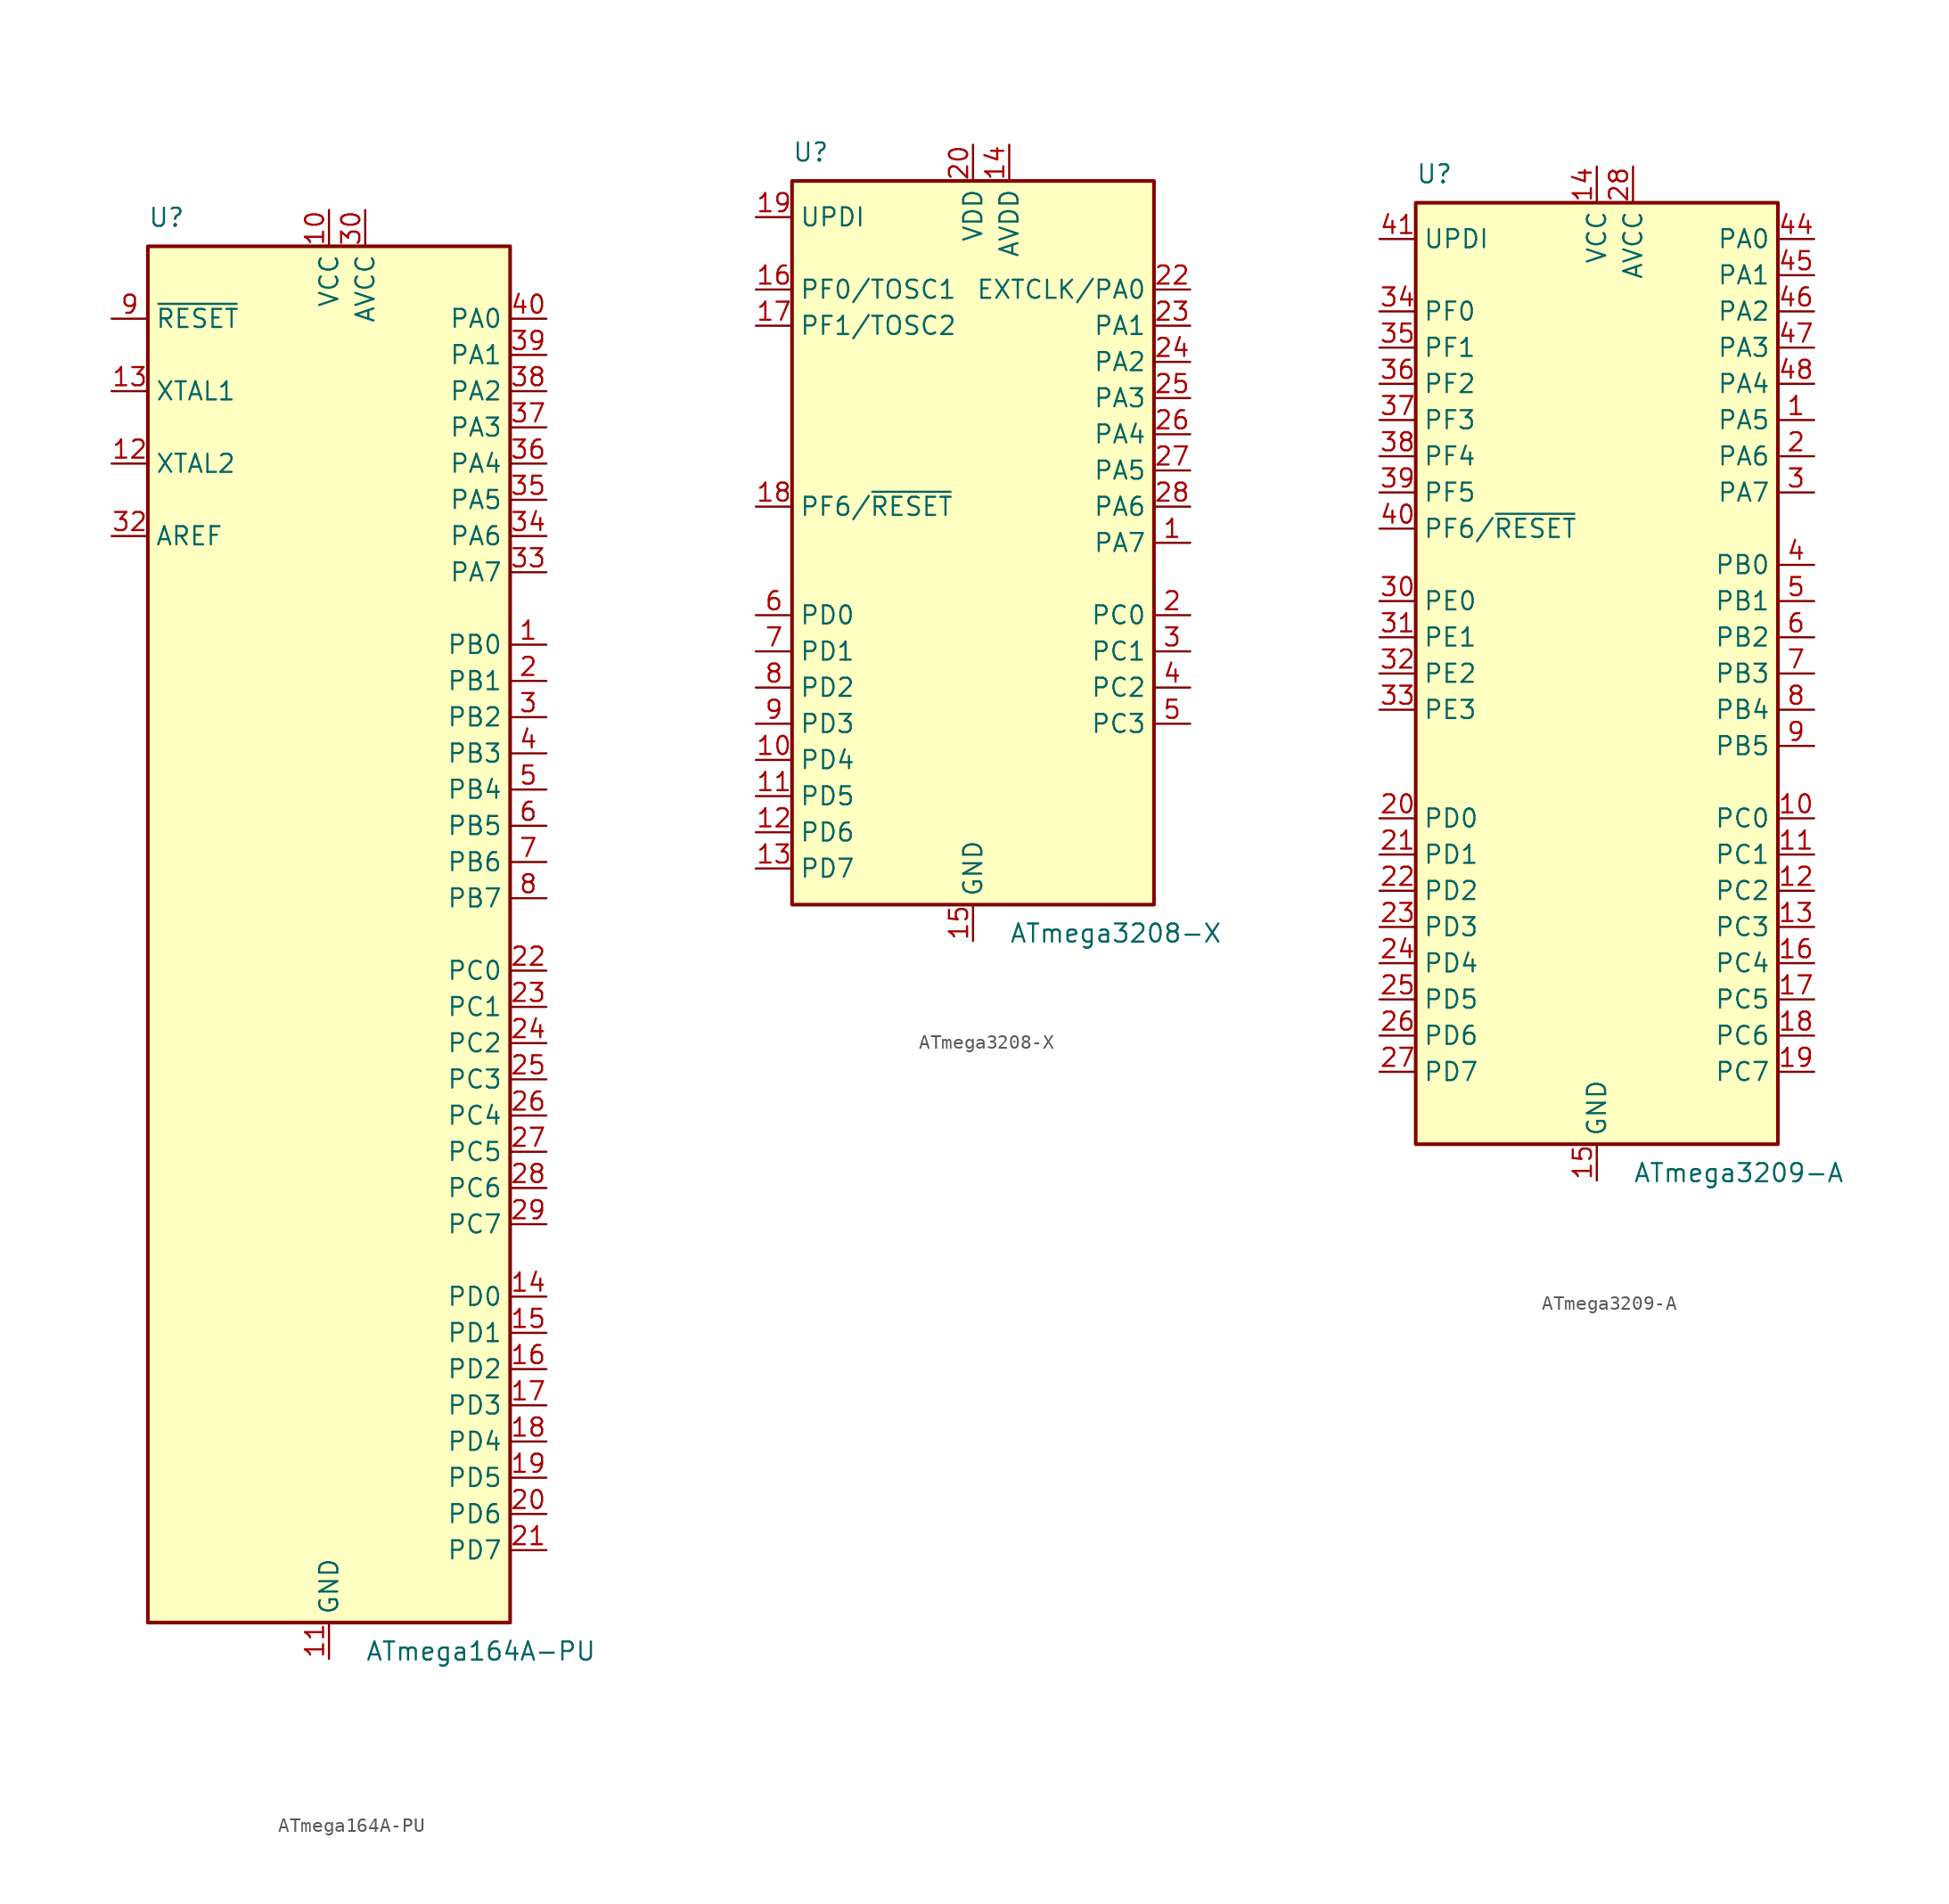
<source format=kicad_sym>
(kicad_symbol_lib
  (version 20201005)
  (generator kicad_symbol_editor)
  (symbol "ATmega164A-PU"
    (property "Reference" "U"
      (at -12.7 49.53 0)
      (effects (font (size 1.27 1.27)) (justify left bottom)))
    (property "Value" "ATmega164A-PU"
      (at 2.54 -49.53 0)
      (effects (font (size 1.27 1.27)) (justify left top)))
    (symbol "ATmega164A-PU_0_1"
      (rectangle (start -12.7 -48.26) (end 12.7 48.26) (stroke (width 0.254)) (fill (type background))))
    (symbol "ATmega164A-PU_1_1"
      (pin tri_state line (at 15.24 20.32 180) (length 2.54) (name "PB0" (effects (font (size 1.27 1.27)))) (number "1" (effects (font (size 1.27 1.27)))))
      (pin power_in line (at 0 50.8 270) (length 2.54) (name "VCC" (effects (font (size 1.27 1.27)))) (number "10" (effects (font (size 1.27 1.27)))))
      (pin power_in line (at 0 -50.8 90) (length 2.54) (name "GND" (effects (font (size 1.27 1.27)))) (number "11" (effects (font (size 1.27 1.27)))))
      (pin output line (at -15.24 33.02 0) (length 2.54) (name "XTAL2" (effects (font (size 1.27 1.27)))) (number "12" (effects (font (size 1.27 1.27)))))
      (pin input line (at -15.24 38.1 0) (length 2.54) (name "XTAL1" (effects (font (size 1.27 1.27)))) (number "13" (effects (font (size 1.27 1.27)))))
      (pin tri_state line (at 15.24 -25.4 180) (length 2.54) (name "PD0" (effects (font (size 1.27 1.27)))) (number "14" (effects (font (size 1.27 1.27)))))
      (pin tri_state line (at 15.24 -27.94 180) (length 2.54) (name "PD1" (effects (font (size 1.27 1.27)))) (number "15" (effects (font (size 1.27 1.27)))))
      (pin tri_state line (at 15.24 -30.48 180) (length 2.54) (name "PD2" (effects (font (size 1.27 1.27)))) (number "16" (effects (font (size 1.27 1.27)))))
      (pin tri_state line (at 15.24 -33.02 180) (length 2.54) (name "PD3" (effects (font (size 1.27 1.27)))) (number "17" (effects (font (size 1.27 1.27)))))
      (pin tri_state line (at 15.24 -35.56 180) (length 2.54) (name "PD4" (effects (font (size 1.27 1.27)))) (number "18" (effects (font (size 1.27 1.27)))))
      (pin tri_state line (at 15.24 -38.1 180) (length 2.54) (name "PD5" (effects (font (size 1.27 1.27)))) (number "19" (effects (font (size 1.27 1.27)))))
      (pin tri_state line (at 15.24 17.78 180) (length 2.54) (name "PB1" (effects (font (size 1.27 1.27)))) (number "2" (effects (font (size 1.27 1.27)))))
      (pin tri_state line (at 15.24 -40.64 180) (length 2.54) (name "PD6" (effects (font (size 1.27 1.27)))) (number "20" (effects (font (size 1.27 1.27)))))
      (pin tri_state line (at 15.24 -43.18 180) (length 2.54) (name "PD7" (effects (font (size 1.27 1.27)))) (number "21" (effects (font (size 1.27 1.27)))))
      (pin tri_state line (at 15.24 -2.54 180) (length 2.54) (name "PC0" (effects (font (size 1.27 1.27)))) (number "22" (effects (font (size 1.27 1.27)))))
      (pin tri_state line (at 15.24 -5.08 180) (length 2.54) (name "PC1" (effects (font (size 1.27 1.27)))) (number "23" (effects (font (size 1.27 1.27)))))
      (pin tri_state line (at 15.24 -7.62 180) (length 2.54) (name "PC2" (effects (font (size 1.27 1.27)))) (number "24" (effects (font (size 1.27 1.27)))))
      (pin tri_state line (at 15.24 -10.16 180) (length 2.54) (name "PC3" (effects (font (size 1.27 1.27)))) (number "25" (effects (font (size 1.27 1.27)))))
      (pin tri_state line (at 15.24 -12.7 180) (length 2.54) (name "PC4" (effects (font (size 1.27 1.27)))) (number "26" (effects (font (size 1.27 1.27)))))
      (pin tri_state line (at 15.24 -15.24 180) (length 2.54) (name "PC5" (effects (font (size 1.27 1.27)))) (number "27" (effects (font (size 1.27 1.27)))))
      (pin tri_state line (at 15.24 -17.78 180) (length 2.54) (name "PC6" (effects (font (size 1.27 1.27)))) (number "28" (effects (font (size 1.27 1.27)))))
      (pin tri_state line (at 15.24 -20.32 180) (length 2.54) (name "PC7" (effects (font (size 1.27 1.27)))) (number "29" (effects (font (size 1.27 1.27)))))
      (pin tri_state line (at 15.24 15.24 180) (length 2.54) (name "PB2" (effects (font (size 1.27 1.27)))) (number "3" (effects (font (size 1.27 1.27)))))
      (pin power_in line (at 2.54 50.8 270) (length 2.54) (name "AVCC" (effects (font (size 1.27 1.27)))) (number "30" (effects (font (size 1.27 1.27)))))
      (pin passive line (at 0 -50.8 90) (length 2.54) hide (name "GND" (effects (font (size 1.27 1.27)))) (number "31" (effects (font (size 1.27 1.27)))))
      (pin passive line (at -15.24 27.94 0) (length 2.54) (name "AREF" (effects (font (size 1.27 1.27)))) (number "32" (effects (font (size 1.27 1.27)))))
      (pin tri_state line (at 15.24 25.4 180) (length 2.54) (name "PA7" (effects (font (size 1.27 1.27)))) (number "33" (effects (font (size 1.27 1.27)))))
      (pin tri_state line (at 15.24 27.94 180) (length 2.54) (name "PA6" (effects (font (size 1.27 1.27)))) (number "34" (effects (font (size 1.27 1.27)))))
      (pin tri_state line (at 15.24 30.48 180) (length 2.54) (name "PA5" (effects (font (size 1.27 1.27)))) (number "35" (effects (font (size 1.27 1.27)))))
      (pin tri_state line (at 15.24 33.02 180) (length 2.54) (name "PA4" (effects (font (size 1.27 1.27)))) (number "36" (effects (font (size 1.27 1.27)))))
      (pin tri_state line (at 15.24 35.56 180) (length 2.54) (name "PA3" (effects (font (size 1.27 1.27)))) (number "37" (effects (font (size 1.27 1.27)))))
      (pin tri_state line (at 15.24 38.1 180) (length 2.54) (name "PA2" (effects (font (size 1.27 1.27)))) (number "38" (effects (font (size 1.27 1.27)))))
      (pin tri_state line (at 15.24 40.64 180) (length 2.54) (name "PA1" (effects (font (size 1.27 1.27)))) (number "39" (effects (font (size 1.27 1.27)))))
      (pin tri_state line (at 15.24 12.7 180) (length 2.54) (name "PB3" (effects (font (size 1.27 1.27)))) (number "4" (effects (font (size 1.27 1.27)))))
      (pin tri_state line (at 15.24 43.18 180) (length 2.54) (name "PA0" (effects (font (size 1.27 1.27)))) (number "40" (effects (font (size 1.27 1.27)))))
      (pin tri_state line (at 15.24 10.16 180) (length 2.54) (name "PB4" (effects (font (size 1.27 1.27)))) (number "5" (effects (font (size 1.27 1.27)))))
      (pin tri_state line (at 15.24 7.62 180) (length 2.54) (name "PB5" (effects (font (size 1.27 1.27)))) (number "6" (effects (font (size 1.27 1.27)))))
      (pin tri_state line (at 15.24 5.08 180) (length 2.54) (name "PB6" (effects (font (size 1.27 1.27)))) (number "7" (effects (font (size 1.27 1.27)))))
      (pin tri_state line (at 15.24 2.54 180) (length 2.54) (name "PB7" (effects (font (size 1.27 1.27)))) (number "8" (effects (font (size 1.27 1.27)))))
      (pin input line (at -15.24 43.18 0) (length 2.54) (name "~RESET" (effects (font (size 1.27 1.27)))) (number "9" (effects (font (size 1.27 1.27)))))))
  (symbol "ATmega3208-X"
    (property "Reference" "U"
      (at -12.7 26.67 0)
      (effects (font (size 1.27 1.27)) (justify left bottom)))
    (property "Value" "ATmega3208-X"
      (at 2.54 -26.67 0)
      (effects (font (size 1.27 1.27)) (justify left top)))
    (symbol "ATmega3208-X_0_1"
      (rectangle (start -12.7 -25.4) (end 12.7 25.4) (stroke (width 0.254)) (fill (type background))))
    (symbol "ATmega3208-X_1_1"
      (pin tri_state line (at 15.24 0 180) (length 2.54) (name "PA7" (effects (font (size 1.27 1.27)))) (number "1" (effects (font (size 1.27 1.27)))))
      (pin tri_state line (at -15.24 -15.24 0) (length 2.54) (name "PD4" (effects (font (size 1.27 1.27)))) (number "10" (effects (font (size 1.27 1.27)))))
      (pin tri_state line (at -15.24 -17.78 0) (length 2.54) (name "PD5" (effects (font (size 1.27 1.27)))) (number "11" (effects (font (size 1.27 1.27)))))
      (pin tri_state line (at -15.24 -20.32 0) (length 2.54) (name "PD6" (effects (font (size 1.27 1.27)))) (number "12" (effects (font (size 1.27 1.27)))))
      (pin tri_state line (at -15.24 -22.86 0) (length 2.54) (name "PD7" (effects (font (size 1.27 1.27)))) (number "13" (effects (font (size 1.27 1.27)))))
      (pin power_in line (at 2.54 27.94 270) (length 2.54) (name "AVDD" (effects (font (size 1.27 1.27)))) (number "14" (effects (font (size 1.27 1.27)))))
      (pin power_in line (at 0 -27.94 90) (length 2.54) (name "GND" (effects (font (size 1.27 1.27)))) (number "15" (effects (font (size 1.27 1.27)))))
      (pin tri_state line (at -15.24 17.78 0) (length 2.54) (name "PF0/TOSC1" (effects (font (size 1.27 1.27)))) (number "16" (effects (font (size 1.27 1.27)))))
      (pin tri_state line (at -15.24 15.24 0) (length 2.54) (name "PF1/TOSC2" (effects (font (size 1.27 1.27)))) (number "17" (effects (font (size 1.27 1.27)))))
      (pin tri_state line (at -15.24 2.54 0) (length 2.54) (name "PF6/~RESET" (effects (font (size 1.27 1.27)))) (number "18" (effects (font (size 1.27 1.27)))))
      (pin bidirectional line (at -15.24 22.86 0) (length 2.54) (name "UPDI" (effects (font (size 1.27 1.27)))) (number "19" (effects (font (size 1.27 1.27)))))
      (pin tri_state line (at 15.24 -5.08 180) (length 2.54) (name "PC0" (effects (font (size 1.27 1.27)))) (number "2" (effects (font (size 1.27 1.27)))))
      (pin power_in line (at 0 27.94 270) (length 2.54) (name "VDD" (effects (font (size 1.27 1.27)))) (number "20" (effects (font (size 1.27 1.27)))))
      (pin passive line (at 0 -27.94 90) (length 2.54) hide (name "GND" (effects (font (size 1.27 1.27)))) (number "21" (effects (font (size 1.27 1.27)))))
      (pin tri_state line (at 15.24 17.78 180) (length 2.54) (name "EXTCLK/PA0" (effects (font (size 1.27 1.27)))) (number "22" (effects (font (size 1.27 1.27)))))
      (pin tri_state line (at 15.24 15.24 180) (length 2.54) (name "PA1" (effects (font (size 1.27 1.27)))) (number "23" (effects (font (size 1.27 1.27)))))
      (pin tri_state line (at 15.24 12.7 180) (length 2.54) (name "PA2" (effects (font (size 1.27 1.27)))) (number "24" (effects (font (size 1.27 1.27)))))
      (pin tri_state line (at 15.24 10.16 180) (length 2.54) (name "PA3" (effects (font (size 1.27 1.27)))) (number "25" (effects (font (size 1.27 1.27)))))
      (pin tri_state line (at 15.24 7.62 180) (length 2.54) (name "PA4" (effects (font (size 1.27 1.27)))) (number "26" (effects (font (size 1.27 1.27)))))
      (pin tri_state line (at 15.24 5.08 180) (length 2.54) (name "PA5" (effects (font (size 1.27 1.27)))) (number "27" (effects (font (size 1.27 1.27)))))
      (pin tri_state line (at 15.24 2.54 180) (length 2.54) (name "PA6" (effects (font (size 1.27 1.27)))) (number "28" (effects (font (size 1.27 1.27)))))
      (pin tri_state line (at 15.24 -7.62 180) (length 2.54) (name "PC1" (effects (font (size 1.27 1.27)))) (number "3" (effects (font (size 1.27 1.27)))))
      (pin tri_state line (at 15.24 -10.16 180) (length 2.54) (name "PC2" (effects (font (size 1.27 1.27)))) (number "4" (effects (font (size 1.27 1.27)))))
      (pin tri_state line (at 15.24 -12.7 180) (length 2.54) (name "PC3" (effects (font (size 1.27 1.27)))) (number "5" (effects (font (size 1.27 1.27)))))
      (pin tri_state line (at -15.24 -5.08 0) (length 2.54) (name "PD0" (effects (font (size 1.27 1.27)))) (number "6" (effects (font (size 1.27 1.27)))))
      (pin tri_state line (at -15.24 -7.62 0) (length 2.54) (name "PD1" (effects (font (size 1.27 1.27)))) (number "7" (effects (font (size 1.27 1.27)))))
      (pin tri_state line (at -15.24 -10.16 0) (length 2.54) (name "PD2" (effects (font (size 1.27 1.27)))) (number "8" (effects (font (size 1.27 1.27)))))
      (pin tri_state line (at -15.24 -12.7 0) (length 2.54) (name "PD3" (effects (font (size 1.27 1.27)))) (number "9" (effects (font (size 1.27 1.27)))))))
  (symbol "ATmega3209-A"
    (property "Reference" "U"
      (at -12.7 34.29 0)
      (effects (font (size 1.27 1.27)) (justify left bottom)))
    (property "Value" "ATmega3209-A"
      (at 2.54 -34.29 0)
      (effects (font (size 1.27 1.27)) (justify left top)))
    (symbol "ATmega3209-A_0_1"
      (rectangle (start -12.7 -33.02) (end 12.7 33.02) (stroke (width 0.254)) (fill (type background))))
    (symbol "ATmega3209-A_1_1"
      (pin tri_state line (at 15.24 17.78 180) (length 2.54) (name "PA5" (effects (font (size 1.27 1.27)))) (number "1" (effects (font (size 1.27 1.27)))))
      (pin tri_state line (at 15.24 -10.16 180) (length 2.54) (name "PC0" (effects (font (size 1.27 1.27)))) (number "10" (effects (font (size 1.27 1.27)))))
      (pin tri_state line (at 15.24 -12.7 180) (length 2.54) (name "PC1" (effects (font (size 1.27 1.27)))) (number "11" (effects (font (size 1.27 1.27)))))
      (pin tri_state line (at 15.24 -15.24 180) (length 2.54) (name "PC2" (effects (font (size 1.27 1.27)))) (number "12" (effects (font (size 1.27 1.27)))))
      (pin tri_state line (at 15.24 -17.78 180) (length 2.54) (name "PC3" (effects (font (size 1.27 1.27)))) (number "13" (effects (font (size 1.27 1.27)))))
      (pin power_in line (at 0 35.56 270) (length 2.54) (name "VCC" (effects (font (size 1.27 1.27)))) (number "14" (effects (font (size 1.27 1.27)))))
      (pin power_in line (at 0 -35.56 90) (length 2.54) (name "GND" (effects (font (size 1.27 1.27)))) (number "15" (effects (font (size 1.27 1.27)))))
      (pin tri_state line (at 15.24 -20.32 180) (length 2.54) (name "PC4" (effects (font (size 1.27 1.27)))) (number "16" (effects (font (size 1.27 1.27)))))
      (pin tri_state line (at 15.24 -22.86 180) (length 2.54) (name "PC5" (effects (font (size 1.27 1.27)))) (number "17" (effects (font (size 1.27 1.27)))))
      (pin tri_state line (at 15.24 -25.4 180) (length 2.54) (name "PC6" (effects (font (size 1.27 1.27)))) (number "18" (effects (font (size 1.27 1.27)))))
      (pin tri_state line (at 15.24 -27.94 180) (length 2.54) (name "PC7" (effects (font (size 1.27 1.27)))) (number "19" (effects (font (size 1.27 1.27)))))
      (pin tri_state line (at 15.24 15.24 180) (length 2.54) (name "PA6" (effects (font (size 1.27 1.27)))) (number "2" (effects (font (size 1.27 1.27)))))
      (pin tri_state line (at -15.24 -10.16 0) (length 2.54) (name "PD0" (effects (font (size 1.27 1.27)))) (number "20" (effects (font (size 1.27 1.27)))))
      (pin tri_state line (at -15.24 -12.7 0) (length 2.54) (name "PD1" (effects (font (size 1.27 1.27)))) (number "21" (effects (font (size 1.27 1.27)))))
      (pin tri_state line (at -15.24 -15.24 0) (length 2.54) (name "PD2" (effects (font (size 1.27 1.27)))) (number "22" (effects (font (size 1.27 1.27)))))
      (pin tri_state line (at -15.24 -17.78 0) (length 2.54) (name "PD3" (effects (font (size 1.27 1.27)))) (number "23" (effects (font (size 1.27 1.27)))))
      (pin tri_state line (at -15.24 -20.32 0) (length 2.54) (name "PD4" (effects (font (size 1.27 1.27)))) (number "24" (effects (font (size 1.27 1.27)))))
      (pin tri_state line (at -15.24 -22.86 0) (length 2.54) (name "PD5" (effects (font (size 1.27 1.27)))) (number "25" (effects (font (size 1.27 1.27)))))
      (pin tri_state line (at -15.24 -25.4 0) (length 2.54) (name "PD6" (effects (font (size 1.27 1.27)))) (number "26" (effects (font (size 1.27 1.27)))))
      (pin tri_state line (at -15.24 -27.94 0) (length 2.54) (name "PD7" (effects (font (size 1.27 1.27)))) (number "27" (effects (font (size 1.27 1.27)))))
      (pin power_in line (at 2.54 35.56 270) (length 2.54) (name "AVCC" (effects (font (size 1.27 1.27)))) (number "28" (effects (font (size 1.27 1.27)))))
      (pin passive line (at 0 -35.56 90) (length 2.54) hide (name "GND" (effects (font (size 1.27 1.27)))) (number "29" (effects (font (size 1.27 1.27)))))
      (pin tri_state line (at 15.24 12.7 180) (length 2.54) (name "PA7" (effects (font (size 1.27 1.27)))) (number "3" (effects (font (size 1.27 1.27)))))
      (pin tri_state line (at -15.24 5.08 0) (length 2.54) (name "PE0" (effects (font (size 1.27 1.27)))) (number "30" (effects (font (size 1.27 1.27)))))
      (pin tri_state line (at -15.24 2.54 0) (length 2.54) (name "PE1" (effects (font (size 1.27 1.27)))) (number "31" (effects (font (size 1.27 1.27)))))
      (pin tri_state line (at -15.24 0 0) (length 2.54) (name "PE2" (effects (font (size 1.27 1.27)))) (number "32" (effects (font (size 1.27 1.27)))))
      (pin tri_state line (at -15.24 -2.54 0) (length 2.54) (name "PE3" (effects (font (size 1.27 1.27)))) (number "33" (effects (font (size 1.27 1.27)))))
      (pin tri_state line (at -15.24 25.4 0) (length 2.54) (name "PF0" (effects (font (size 1.27 1.27)))) (number "34" (effects (font (size 1.27 1.27)))))
      (pin tri_state line (at -15.24 22.86 0) (length 2.54) (name "PF1" (effects (font (size 1.27 1.27)))) (number "35" (effects (font (size 1.27 1.27)))))
      (pin tri_state line (at -15.24 20.32 0) (length 2.54) (name "PF2" (effects (font (size 1.27 1.27)))) (number "36" (effects (font (size 1.27 1.27)))))
      (pin tri_state line (at -15.24 17.78 0) (length 2.54) (name "PF3" (effects (font (size 1.27 1.27)))) (number "37" (effects (font (size 1.27 1.27)))))
      (pin tri_state line (at -15.24 15.24 0) (length 2.54) (name "PF4" (effects (font (size 1.27 1.27)))) (number "38" (effects (font (size 1.27 1.27)))))
      (pin tri_state line (at -15.24 12.7 0) (length 2.54) (name "PF5" (effects (font (size 1.27 1.27)))) (number "39" (effects (font (size 1.27 1.27)))))
      (pin tri_state line (at 15.24 7.62 180) (length 2.54) (name "PB0" (effects (font (size 1.27 1.27)))) (number "4" (effects (font (size 1.27 1.27)))))
      (pin tri_state line (at -15.24 10.16 0) (length 2.54) (name "PF6/~RESET" (effects (font (size 1.27 1.27)))) (number "40" (effects (font (size 1.27 1.27)))))
      (pin bidirectional line (at -15.24 30.48 0) (length 2.54) (name "UPDI" (effects (font (size 1.27 1.27)))) (number "41" (effects (font (size 1.27 1.27)))))
      (pin passive line (at 0 35.56 270) (length 2.54) hide (name "VCC" (effects (font (size 1.27 1.27)))) (number "42" (effects (font (size 1.27 1.27)))))
      (pin passive line (at 0 -35.56 90) (length 2.54) hide (name "GND" (effects (font (size 1.27 1.27)))) (number "43" (effects (font (size 1.27 1.27)))))
      (pin tri_state line (at 15.24 30.48 180) (length 2.54) (name "PA0" (effects (font (size 1.27 1.27)))) (number "44" (effects (font (size 1.27 1.27)))))
      (pin tri_state line (at 15.24 27.94 180) (length 2.54) (name "PA1" (effects (font (size 1.27 1.27)))) (number "45" (effects (font (size 1.27 1.27)))))
      (pin tri_state line (at 15.24 25.4 180) (length 2.54) (name "PA2" (effects (font (size 1.27 1.27)))) (number "46" (effects (font (size 1.27 1.27)))))
      (pin tri_state line (at 15.24 22.86 180) (length 2.54) (name "PA3" (effects (font (size 1.27 1.27)))) (number "47" (effects (font (size 1.27 1.27)))))
      (pin tri_state line (at 15.24 20.32 180) (length 2.54) (name "PA4" (effects (font (size 1.27 1.27)))) (number "48" (effects (font (size 1.27 1.27)))))
      (pin tri_state line (at 15.24 5.08 180) (length 2.54) (name "PB1" (effects (font (size 1.27 1.27)))) (number "5" (effects (font (size 1.27 1.27)))))
      (pin tri_state line (at 15.24 2.54 180) (length 2.54) (name "PB2" (effects (font (size 1.27 1.27)))) (number "6" (effects (font (size 1.27 1.27)))))
      (pin tri_state line (at 15.24 0 180) (length 2.54) (name "PB3" (effects (font (size 1.27 1.27)))) (number "7" (effects (font (size 1.27 1.27)))))
      (pin tri_state line (at 15.24 -2.54 180) (length 2.54) (name "PB4" (effects (font (size 1.27 1.27)))) (number "8" (effects (font (size 1.27 1.27)))))
      (pin tri_state line (at 15.24 -5.08 180) (length 2.54) (name "PB5" (effects (font (size 1.27 1.27)))) (number "9" (effects (font (size 1.27 1.27))))))))
</source>
